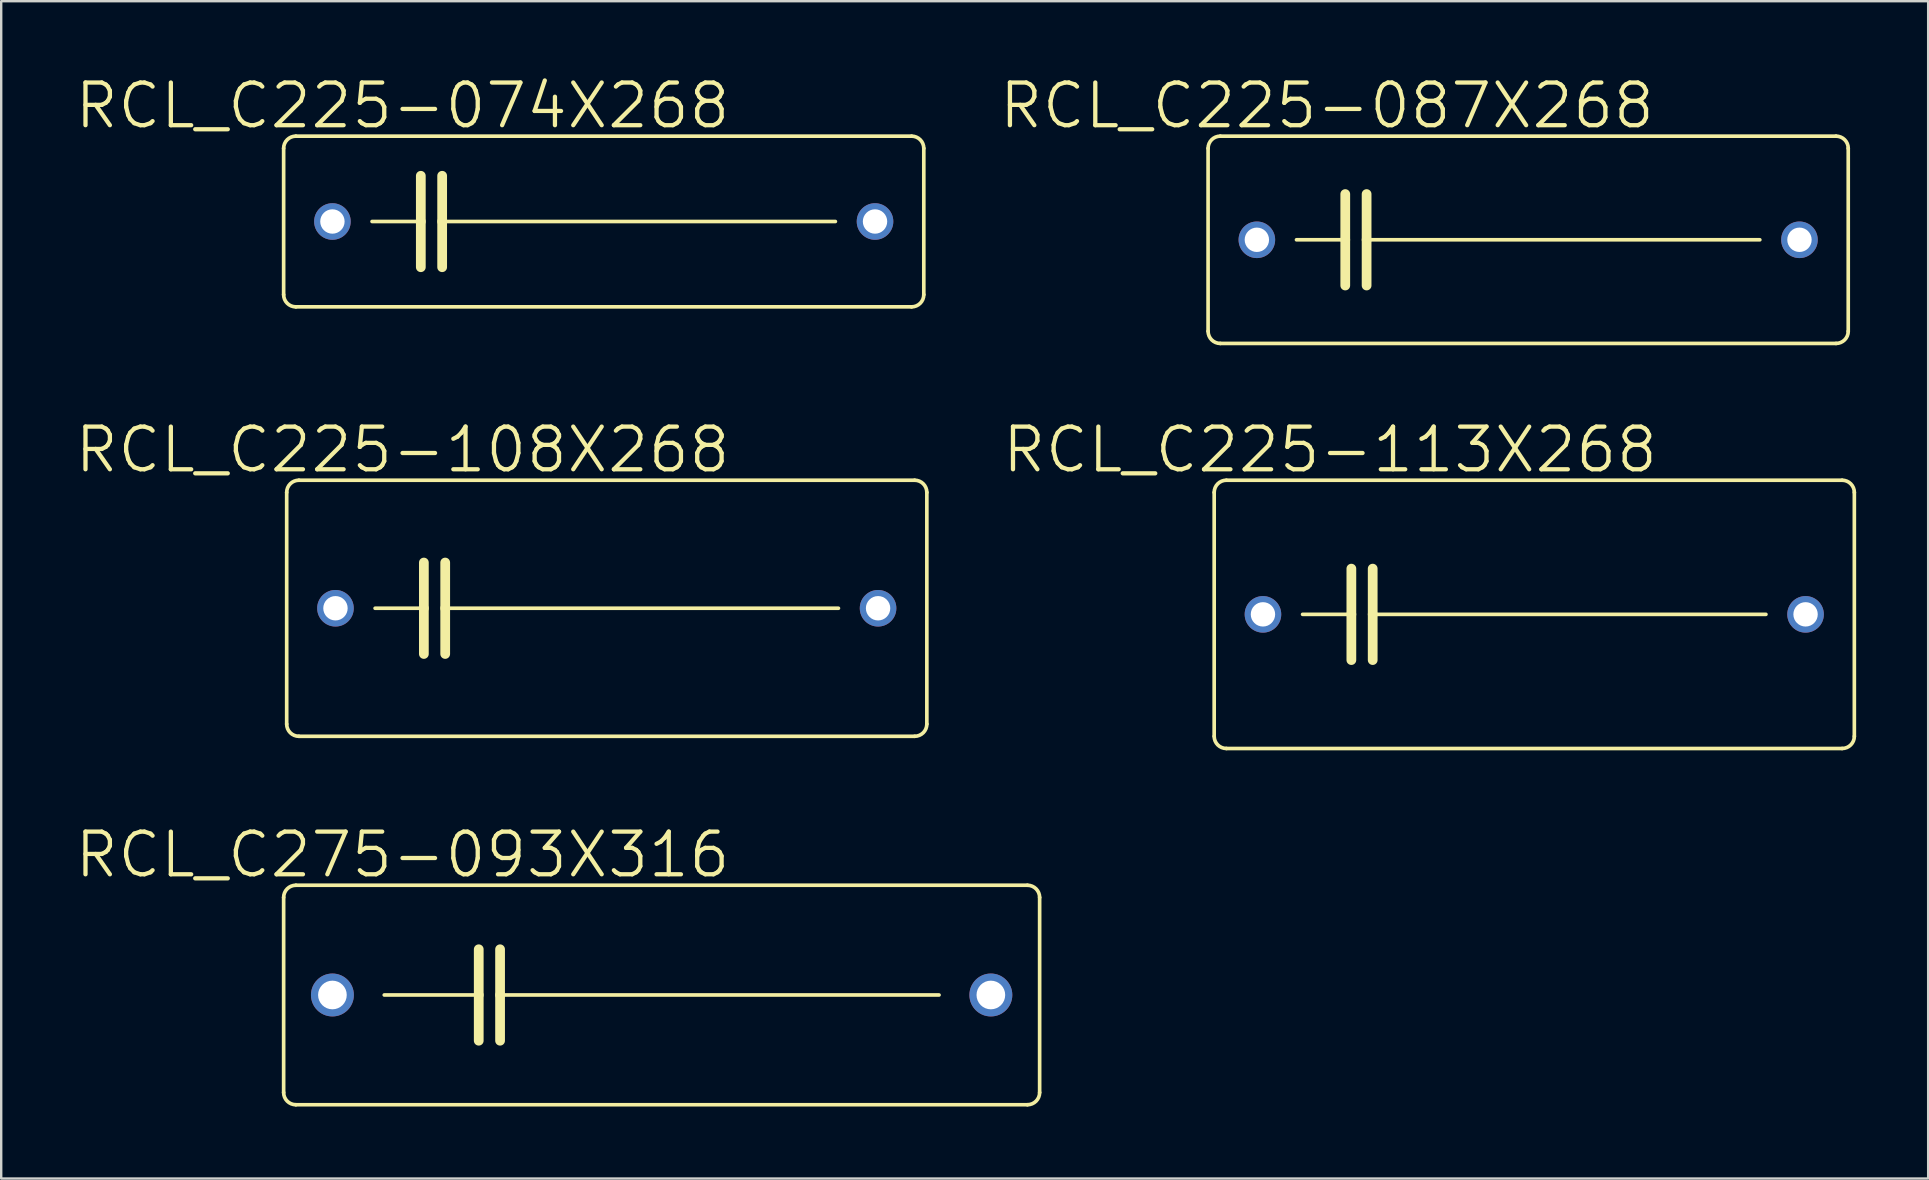
<source format=kicad_pcb>
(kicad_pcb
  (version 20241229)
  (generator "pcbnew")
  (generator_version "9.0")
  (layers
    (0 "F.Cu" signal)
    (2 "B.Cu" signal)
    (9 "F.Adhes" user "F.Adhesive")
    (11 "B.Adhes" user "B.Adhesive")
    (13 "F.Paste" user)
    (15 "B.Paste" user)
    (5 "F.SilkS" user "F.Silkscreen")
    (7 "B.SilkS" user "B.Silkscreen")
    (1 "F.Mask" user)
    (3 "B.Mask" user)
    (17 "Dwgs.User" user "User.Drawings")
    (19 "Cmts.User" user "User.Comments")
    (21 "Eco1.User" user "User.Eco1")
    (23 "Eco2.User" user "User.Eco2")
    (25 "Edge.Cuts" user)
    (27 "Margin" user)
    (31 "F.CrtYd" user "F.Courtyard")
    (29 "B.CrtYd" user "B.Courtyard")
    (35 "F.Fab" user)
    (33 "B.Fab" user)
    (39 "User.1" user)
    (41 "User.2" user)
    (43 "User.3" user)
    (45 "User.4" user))
  (footprint "RCL_C225-087X268"
    (layer "F.Cu")
    (at 60.616 6.94)
    (property "Reference" "RCL_C225-087X268" (at -8.382 -5.588 0) (layer "F.SilkS") (effects (font (size 1.778 1.778) (thickness 0.178))))
    (attr exclude_from_pos_files exclude_from_bom)
    (fp_line (start -13.335 3.81) (end -13.335 -3.81) (stroke (width 0.152) (type solid)) (layer "F.SilkS"))
    (fp_line (start -12.827 -4.318) (end 12.827 -4.318) (stroke (width 0.152) (type solid)) (layer "F.SilkS"))
    (fp_line (start -9.652 0) (end -7.62 0) (stroke (width 0.152) (type solid)) (layer "F.SilkS"))
    (fp_line (start -7.62 -1.905) (end -7.62 0) (stroke (width 0.406) (type solid)) (layer "F.SilkS"))
    (fp_line (start -7.62 0) (end -7.62 1.905) (stroke (width 0.406) (type solid)) (layer "F.SilkS"))
    (fp_line (start -6.731 -1.905) (end -6.731 0) (stroke (width 0.406) (type solid)) (layer "F.SilkS"))
    (fp_line (start -6.731 0) (end -6.731 1.905) (stroke (width 0.406) (type solid)) (layer "F.SilkS"))
    (fp_line (start -6.731 0) (end 9.652 0) (stroke (width 0.152) (type solid)) (layer "F.SilkS"))
    (fp_line (start 12.827 4.318) (end -12.827 4.318) (stroke (width 0.152) (type solid)) (layer "F.SilkS"))
    (fp_line (start 13.335 -3.81) (end 13.335 3.81) (stroke (width 0.152) (type solid)) (layer "F.SilkS"))
    (fp_arc (start -13.335 -3.81) (mid -13.18621 -4.16921) (end -12.827 -4.318) (stroke (width 0.1524) (type solid)) (layer "F.SilkS"))
    (fp_arc (start -12.827 4.318) (mid -13.18621 4.16921) (end -13.335 3.81) (stroke (width 0.1524) (type solid)) (layer "F.SilkS"))
    (fp_arc (start 12.827 -4.318) (mid 13.18621 -4.16921) (end 13.335 -3.81) (stroke (width 0.1524) (type solid)) (layer "F.SilkS"))
    (fp_arc (start 13.335 3.81) (mid 13.18621 4.16921) (end 12.827 4.318) (stroke (width 0.1524) (type solid)) (layer "F.SilkS"))
    (pad "1" thru_hole circle (at -11.303 0) (size 1.524 1.524) (drill 1.016) (layers "*.Cu" "*.Paste" "*.Mask"))
    (pad "2" thru_hole circle (at 11.303 0) (size 1.524 1.524) (drill 1.016) (layers "*.Cu" "*.Paste" "*.Mask")))
  (footprint "RCL_C225-113X268"
    (layer "F.Cu")
    (at 60.87 22.545)
    (property "Reference" "RCL_C225-113X268" (at -8.509 -6.858 0) (layer "F.SilkS") (effects (font (size 1.778 1.778) (thickness 0.178))))
    (attr exclude_from_pos_files exclude_from_bom)
    (fp_line (start -13.335 5.08) (end -13.335 -5.08) (stroke (width 0.152) (type solid)) (layer "F.SilkS"))
    (fp_line (start -12.827 -5.588) (end 12.827 -5.588) (stroke (width 0.152) (type solid)) (layer "F.SilkS"))
    (fp_line (start -9.652 0) (end -7.62 0) (stroke (width 0.152) (type solid)) (layer "F.SilkS"))
    (fp_line (start -7.62 -1.905) (end -7.62 0) (stroke (width 0.406) (type solid)) (layer "F.SilkS"))
    (fp_line (start -7.62 0) (end -7.62 1.905) (stroke (width 0.406) (type solid)) (layer "F.SilkS"))
    (fp_line (start -6.731 -1.905) (end -6.731 0) (stroke (width 0.406) (type solid)) (layer "F.SilkS"))
    (fp_line (start -6.731 0) (end -6.731 1.905) (stroke (width 0.406) (type solid)) (layer "F.SilkS"))
    (fp_line (start -6.731 0) (end 9.652 0) (stroke (width 0.152) (type solid)) (layer "F.SilkS"))
    (fp_line (start 12.827 5.588) (end -12.827 5.588) (stroke (width 0.152) (type solid)) (layer "F.SilkS"))
    (fp_line (start 13.335 -5.08) (end 13.335 5.08) (stroke (width 0.152) (type solid)) (layer "F.SilkS"))
    (fp_arc (start -13.335 -5.08) (mid -13.18621 -5.43921) (end -12.827 -5.588) (stroke (width 0.1524) (type solid)) (layer "F.SilkS"))
    (fp_arc (start -12.827 5.588) (mid -13.18621 5.43921) (end -13.335 5.08) (stroke (width 0.1524) (type solid)) (layer "F.SilkS"))
    (fp_arc (start 12.827 -5.588) (mid 13.18621 -5.43921) (end 13.335 -5.08) (stroke (width 0.1524) (type solid)) (layer "F.SilkS"))
    (fp_arc (start 13.335 5.08) (mid 13.18621 5.43921) (end 12.827 5.588) (stroke (width 0.1524) (type solid)) (layer "F.SilkS"))
    (pad "1" thru_hole circle (at -11.303 0) (size 1.524 1.524) (drill 1.016) (layers "*.Cu" "*.Paste" "*.Mask"))
    (pad "2" thru_hole circle (at 11.303 0) (size 1.524 1.524) (drill 1.016) (layers "*.Cu" "*.Paste" "*.Mask")))
  (footprint "RCL_C225-108X268"
    (layer "F.Cu")
    (at 22.229 22.291)
    (property "Reference" "RCL_C225-108X268" (at -8.509 -6.604 0) (layer "F.SilkS") (effects (font (size 1.778 1.778) (thickness 0.178))))
    (attr exclude_from_pos_files exclude_from_bom)
    (fp_line (start -13.335 4.826) (end -13.335 -4.826) (stroke (width 0.152) (type solid)) (layer "F.SilkS"))
    (fp_line (start -12.827 -5.334) (end 12.827 -5.334) (stroke (width 0.152) (type solid)) (layer "F.SilkS"))
    (fp_line (start -9.652 0) (end -7.62 0) (stroke (width 0.152) (type solid)) (layer "F.SilkS"))
    (fp_line (start -7.62 -1.905) (end -7.62 0) (stroke (width 0.406) (type solid)) (layer "F.SilkS"))
    (fp_line (start -7.62 0) (end -7.62 1.905) (stroke (width 0.406) (type solid)) (layer "F.SilkS"))
    (fp_line (start -6.731 -1.905) (end -6.731 0) (stroke (width 0.406) (type solid)) (layer "F.SilkS"))
    (fp_line (start -6.731 0) (end -6.731 1.905) (stroke (width 0.406) (type solid)) (layer "F.SilkS"))
    (fp_line (start -6.731 0) (end 9.652 0) (stroke (width 0.152) (type solid)) (layer "F.SilkS"))
    (fp_line (start 12.827 5.334) (end -12.827 5.334) (stroke (width 0.152) (type solid)) (layer "F.SilkS"))
    (fp_line (start 13.335 -4.826) (end 13.335 4.826) (stroke (width 0.152) (type solid)) (layer "F.SilkS"))
    (fp_arc (start -13.335 -4.826) (mid -13.18621 -5.18521) (end -12.827 -5.334) (stroke (width 0.1524) (type solid)) (layer "F.SilkS"))
    (fp_arc (start -12.827 5.334) (mid -13.18621 5.18521) (end -13.335 4.826) (stroke (width 0.1524) (type solid)) (layer "F.SilkS"))
    (fp_arc (start 12.827 -5.334) (mid 13.18621 -5.18521) (end 13.335 -4.826) (stroke (width 0.1524) (type solid)) (layer "F.SilkS"))
    (fp_arc (start 13.335 4.826) (mid 13.18621 5.18521) (end 12.827 5.334) (stroke (width 0.1524) (type solid)) (layer "F.SilkS"))
    (pad "1" thru_hole circle (at -11.303 0) (size 1.524 1.524) (drill 1.016) (layers "*.Cu" "*.Paste" "*.Mask"))
    (pad "2" thru_hole circle (at 11.303 0) (size 1.524 1.524) (drill 1.016) (layers "*.Cu" "*.Paste" "*.Mask")))
  (footprint "RCL_C225-074X268"
    (layer "F.Cu")
    (at 22.102 6.178)
    (property "Reference" "RCL_C225-074X268" (at -8.382 -4.826 0) (layer "F.SilkS") (effects (font (size 1.778 1.778) (thickness 0.178))))
    (attr exclude_from_pos_files exclude_from_bom)
    (fp_line (start -13.335 3.048) (end -13.335 -3.048) (stroke (width 0.152) (type solid)) (layer "F.SilkS"))
    (fp_line (start -12.827 -3.556) (end 12.827 -3.556) (stroke (width 0.152) (type solid)) (layer "F.SilkS"))
    (fp_line (start -9.652 0) (end -7.62 0) (stroke (width 0.152) (type solid)) (layer "F.SilkS"))
    (fp_line (start -7.62 -1.905) (end -7.62 0) (stroke (width 0.406) (type solid)) (layer "F.SilkS"))
    (fp_line (start -7.62 0) (end -7.62 1.905) (stroke (width 0.406) (type solid)) (layer "F.SilkS"))
    (fp_line (start -6.731 -1.905) (end -6.731 0) (stroke (width 0.406) (type solid)) (layer "F.SilkS"))
    (fp_line (start -6.731 0) (end -6.731 1.905) (stroke (width 0.406) (type solid)) (layer "F.SilkS"))
    (fp_line (start -6.731 0) (end 9.652 0) (stroke (width 0.152) (type solid)) (layer "F.SilkS"))
    (fp_line (start 12.827 3.556) (end -12.827 3.556) (stroke (width 0.152) (type solid)) (layer "F.SilkS"))
    (fp_line (start 13.335 -3.048) (end 13.335 3.048) (stroke (width 0.152) (type solid)) (layer "F.SilkS"))
    (fp_arc (start -13.335 -3.048) (mid -13.18621 -3.40721) (end -12.827 -3.556) (stroke (width 0.1524) (type solid)) (layer "F.SilkS"))
    (fp_arc (start -12.827 3.556) (mid -13.18621 3.40721) (end -13.335 3.048) (stroke (width 0.1524) (type solid)) (layer "F.SilkS"))
    (fp_arc (start 12.827 -3.556) (mid 13.18621 -3.40721) (end 13.335 -3.048) (stroke (width 0.1524) (type solid)) (layer "F.SilkS"))
    (fp_arc (start 13.335 3.048) (mid 13.18621 3.40721) (end 12.827 3.556) (stroke (width 0.1524) (type solid)) (layer "F.SilkS"))
    (pad "1" thru_hole circle (at -11.303 0) (size 1.524 1.524) (drill 1.016) (layers "*.Cu" "*.Paste" "*.Mask"))
    (pad "2" thru_hole circle (at 11.303 0) (size 1.524 1.524) (drill 1.016) (layers "*.Cu" "*.Paste" "*.Mask")))
  (footprint "RCL_C275-093X316"
    (layer "F.Cu")
    (at 24.515 38.403)
    (property "Reference" "RCL_C275-093X316" (at -10.795 -5.842 0) (layer "F.SilkS") (effects (font (size 1.778 1.778) (thickness 0.178))))
    (attr exclude_from_pos_files exclude_from_bom)
    (fp_line (start -15.748 4.064) (end -15.748 -4.064) (stroke (width 0.152) (type solid)) (layer "F.SilkS"))
    (fp_line (start -15.24 -4.572) (end 15.24 -4.572) (stroke (width 0.152) (type solid)) (layer "F.SilkS"))
    (fp_line (start -11.557 0) (end -7.62 0) (stroke (width 0.152) (type solid)) (layer "F.SilkS"))
    (fp_line (start -7.62 -1.905) (end -7.62 0) (stroke (width 0.406) (type solid)) (layer "F.SilkS"))
    (fp_line (start -7.62 0) (end -7.62 1.905) (stroke (width 0.406) (type solid)) (layer "F.SilkS"))
    (fp_line (start -6.731 -1.905) (end -6.731 0) (stroke (width 0.406) (type solid)) (layer "F.SilkS"))
    (fp_line (start -6.731 0) (end -6.731 1.905) (stroke (width 0.406) (type solid)) (layer "F.SilkS"))
    (fp_line (start -6.731 0) (end 11.557 0) (stroke (width 0.152) (type solid)) (layer "F.SilkS"))
    (fp_line (start 15.24 4.572) (end -15.24 4.572) (stroke (width 0.152) (type solid)) (layer "F.SilkS"))
    (fp_line (start 15.748 -4.064) (end 15.748 4.064) (stroke (width 0.152) (type solid)) (layer "F.SilkS"))
    (fp_arc (start -15.748 -4.064) (mid -15.59921 -4.42321) (end -15.24 -4.572) (stroke (width 0.1524) (type solid)) (layer "F.SilkS"))
    (fp_arc (start -15.24 4.572) (mid -15.59921 4.42321) (end -15.748 4.064) (stroke (width 0.1524) (type solid)) (layer "F.SilkS"))
    (fp_arc (start 15.24 -4.572) (mid 15.59921 -4.42321) (end 15.748 -4.064) (stroke (width 0.1524) (type solid)) (layer "F.SilkS"))
    (fp_arc (start 15.748 4.064) (mid 15.59921 4.42321) (end 15.24 4.572) (stroke (width 0.1524) (type solid)) (layer "F.SilkS"))
    (pad "1" thru_hole circle (at -13.716 0) (size 1.788 1.788) (drill 1.194) (layers "*.Cu" "*.Paste" "*.Mask"))
    (pad "2" thru_hole circle (at 13.716 0) (size 1.788 1.788) (drill 1.194) (layers "*.Cu" "*.Paste" "*.Mask")))
  (gr_rect
    (start -3 -3)
    (end 77.281 46.051)
    (stroke (width 0.1) (type default))
    (fill no)
    (layer "Edge.Cuts")))
</source>
